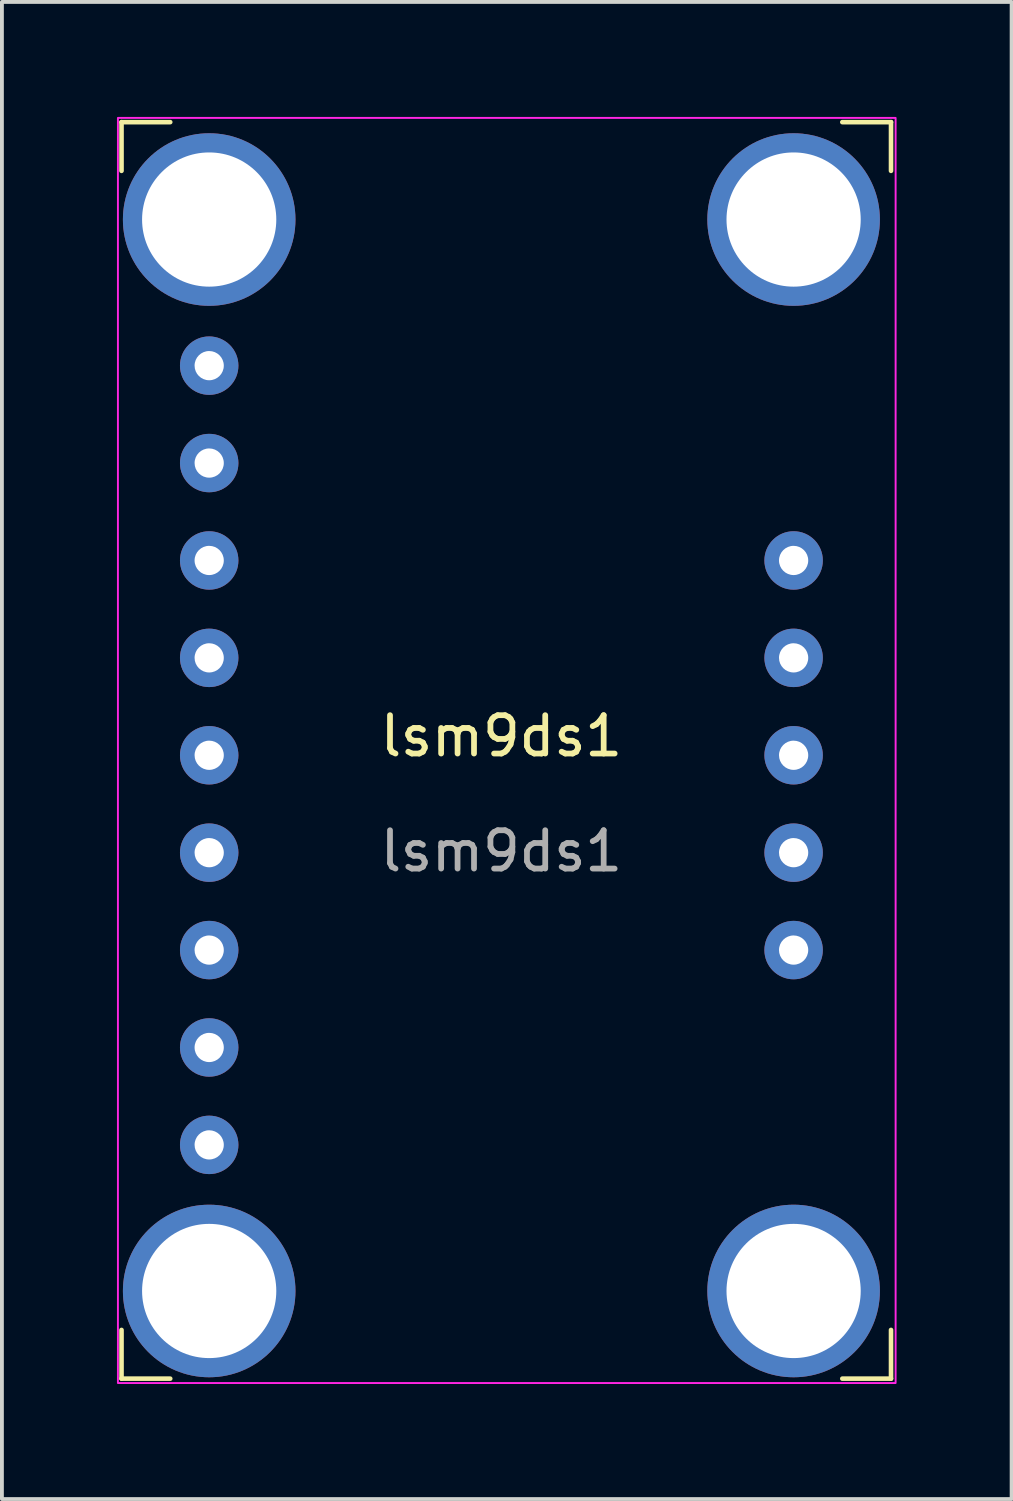
<source format=kicad_pcb>
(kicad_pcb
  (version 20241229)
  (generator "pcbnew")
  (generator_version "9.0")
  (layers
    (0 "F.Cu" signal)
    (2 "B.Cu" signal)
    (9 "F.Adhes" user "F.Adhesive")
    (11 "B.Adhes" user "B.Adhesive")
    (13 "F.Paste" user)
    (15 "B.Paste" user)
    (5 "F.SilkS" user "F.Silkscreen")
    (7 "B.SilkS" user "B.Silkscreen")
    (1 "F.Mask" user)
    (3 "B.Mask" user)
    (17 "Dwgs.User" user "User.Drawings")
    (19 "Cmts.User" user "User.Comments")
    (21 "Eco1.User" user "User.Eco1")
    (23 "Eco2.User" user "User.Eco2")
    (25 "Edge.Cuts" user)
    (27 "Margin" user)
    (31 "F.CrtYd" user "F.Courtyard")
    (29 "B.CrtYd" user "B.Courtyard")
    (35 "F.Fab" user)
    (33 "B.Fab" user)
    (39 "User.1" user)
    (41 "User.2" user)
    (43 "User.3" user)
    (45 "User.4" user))
  (footprint "lsm9ds1"
    (layer "F.Cu")
    (at 10.025 16.645)
    (property "Reference" "lsm9ds1" (at 0 -0.5 0) (unlocked yes) (layer "F.SilkS") (effects (font (size 1 1) (thickness 0.15))))
    (attr through_hole)
    (fp_line (start -9.906 -16.51) (end -9.906 -15.24) (stroke (width 0.12) (type default)) (layer "F.SilkS"))
    (fp_line (start -9.906 -16.51) (end -8.636 -16.51) (stroke (width 0.12) (type default)) (layer "F.SilkS"))
    (fp_line (start -9.906 16.256) (end -9.906 14.986) (stroke (width 0.12) (type default)) (layer "F.SilkS"))
    (fp_line (start -9.906 16.256) (end -8.636 16.256) (stroke (width 0.12) (type default)) (layer "F.SilkS"))
    (fp_line (start 10.16 -16.51) (end 8.89 -16.51) (stroke (width 0.12) (type default)) (layer "F.SilkS"))
    (fp_line (start 10.16 -16.51) (end 10.16 -15.24) (stroke (width 0.12) (type default)) (layer "F.SilkS"))
    (fp_line (start 10.16 16.256) (end 8.89 16.256) (stroke (width 0.12) (type default)) (layer "F.SilkS"))
    (fp_line (start 10.16 16.256) (end 10.16 14.986) (stroke (width 0.12) (type default)) (layer "F.SilkS"))
    (fp_rect (start -10 -16.62) (end 10.28 16.37) (stroke (width 0.05) (type default)) (fill no) (layer "F.CrtYd"))
    (fp_text user "${REFERENCE}" (at 0 2.5 0) (unlocked yes) (layer "F.Fab") (effects (font (size 1 1) (thickness 0.15))))
    (pad "1" thru_hole circle (at -7.62 -10.16) (size 1.524 1.524) (drill 0.762) (layers "*.Cu" "*.Mask"))
    (pad "2" thru_hole circle (at -7.62 -7.62) (size 1.524 1.524) (drill 0.762) (layers "*.Cu" "*.Mask"))
    (pad "3" thru_hole circle (at -7.62 -13.97) (size 4.5 4.5) (drill 3.5) (layers "*.Cu" "*.Mask"))
    (pad "3" thru_hole circle (at -7.62 -5.08) (size 1.524 1.524) (drill 0.762) (layers "*.Cu" "*.Mask"))
    (pad "3" thru_hole circle (at -7.62 13.97) (size 4.5 4.5) (drill 3.5) (layers "*.Cu" "*.Mask"))
    (pad "3" thru_hole circle (at 7.62 -13.97) (size 4.5 4.5) (drill 3.5) (layers "*.Cu" "*.Mask"))
    (pad "3" thru_hole circle (at 7.62 13.97) (size 4.5 4.5) (drill 3.5) (layers "*.Cu" "*.Mask"))
    (pad "4" thru_hole circle (at -7.62 -2.54) (size 1.524 1.524) (drill 0.762) (layers "*.Cu" "*.Mask"))
    (pad "5" thru_hole circle (at -7.62 0) (size 1.524 1.524) (drill 0.762) (layers "*.Cu" "*.Mask"))
    (pad "6" thru_hole circle (at -7.62 2.54) (size 1.524 1.524) (drill 0.762) (layers "*.Cu" "*.Mask"))
    (pad "7" thru_hole circle (at -7.62 5.08) (size 1.524 1.524) (drill 0.762) (layers "*.Cu" "*.Mask"))
    (pad "8" thru_hole circle (at -7.62 7.62) (size 1.524 1.524) (drill 0.762) (layers "*.Cu" "*.Mask"))
    (pad "9" thru_hole circle (at -7.62 10.16) (size 1.524 1.524) (drill 0.762) (layers "*.Cu" "*.Mask"))
    (pad "12" thru_hole circle (at 7.62 5.08) (size 1.524 1.524) (drill 0.762) (layers "*.Cu" "*.Mask"))
    (pad "13" thru_hole circle (at 7.62 2.54) (size 1.524 1.524) (drill 0.762) (layers "*.Cu" "*.Mask"))
    (pad "14" thru_hole circle (at 7.62 0) (size 1.524 1.524) (drill 0.762) (layers "*.Cu" "*.Mask"))
    (pad "15" thru_hole circle (at 7.62 -2.54) (size 1.524 1.524) (drill 0.762) (layers "*.Cu" "*.Mask"))
    (pad "16" thru_hole circle (at 7.62 -5.08) (size 1.524 1.524) (drill 0.762) (layers "*.Cu" "*.Mask")))
  (gr_rect
    (start -3 -3)
    (end 23.33 36.04)
    (stroke (width 0.1) (type default))
    (fill no)
    (layer "Edge.Cuts")))
</source>
